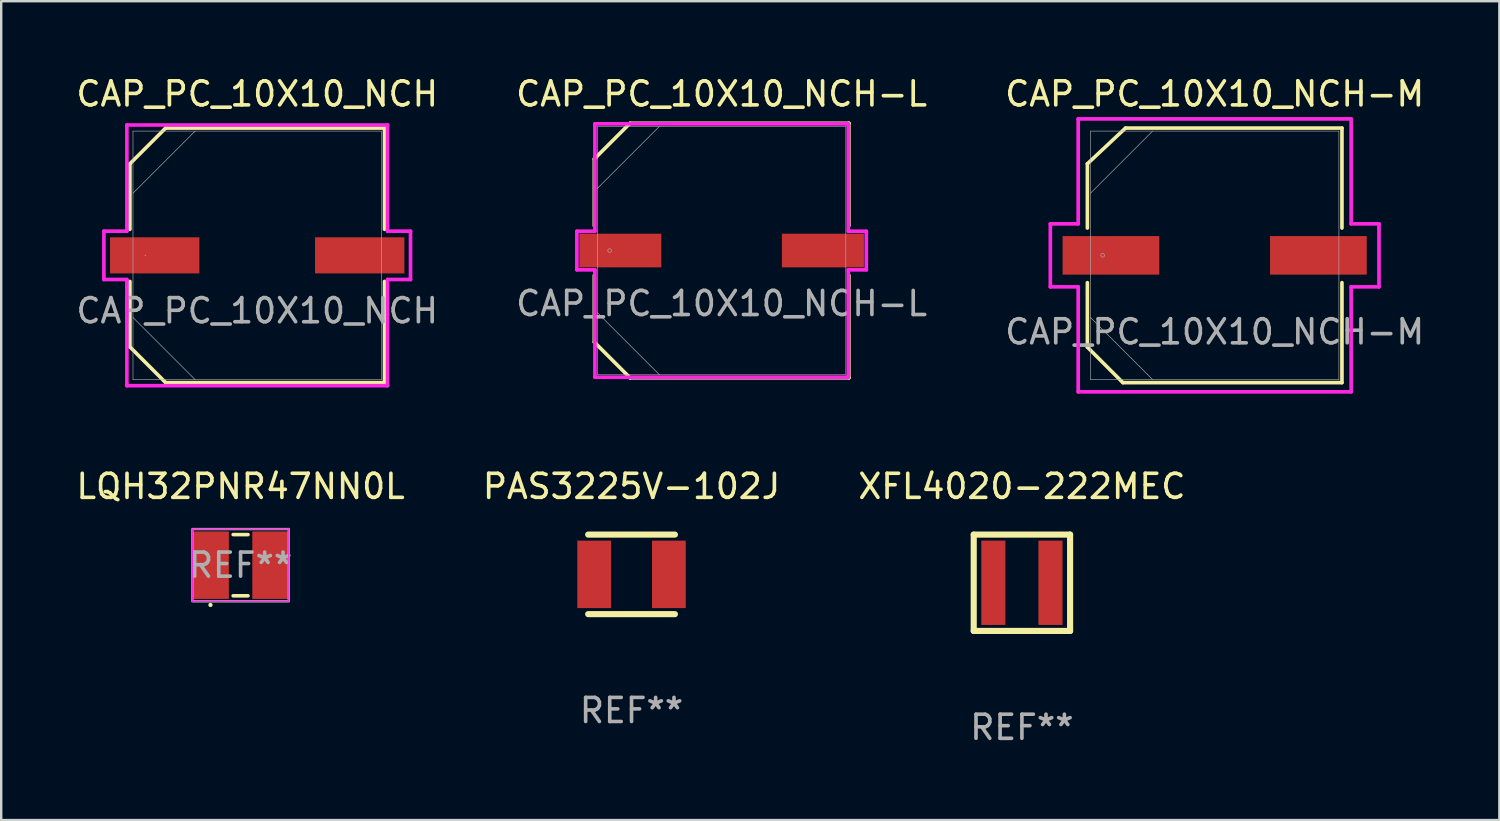
<source format=kicad_pcb>
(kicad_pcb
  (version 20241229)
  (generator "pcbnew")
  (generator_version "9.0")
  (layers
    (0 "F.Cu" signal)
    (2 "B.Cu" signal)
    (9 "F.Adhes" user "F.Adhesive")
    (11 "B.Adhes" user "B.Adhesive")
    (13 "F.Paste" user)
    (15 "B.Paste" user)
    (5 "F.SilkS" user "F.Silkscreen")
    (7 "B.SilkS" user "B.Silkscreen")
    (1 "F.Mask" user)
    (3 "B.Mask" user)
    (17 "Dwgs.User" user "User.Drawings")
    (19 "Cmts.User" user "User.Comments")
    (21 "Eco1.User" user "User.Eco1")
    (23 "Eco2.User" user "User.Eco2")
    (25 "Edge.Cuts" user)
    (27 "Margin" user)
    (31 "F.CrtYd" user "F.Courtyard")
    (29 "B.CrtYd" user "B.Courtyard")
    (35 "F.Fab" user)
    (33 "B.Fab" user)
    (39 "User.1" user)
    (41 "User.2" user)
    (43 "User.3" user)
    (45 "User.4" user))
  (footprint "CAP_PC_10X10_NCH"
    (layer "F.Cu")
    (at 7.625 7.548)
    (property "Reference" "CAP_PC_10X10_NCH" (at 0 -6.7 0) (unlocked yes) (layer "F.SilkS") (effects (font (size 1 1) (thickness 0.15))))
    (attr smd)
    (fp_line (start -5.283 -3.8) (end -5.283 -1.082) (stroke (width 0.15) (type solid)) (layer "F.SilkS"))
    (fp_line (start -5.283 1.082) (end -5.283 3.8) (stroke (width 0.15) (type solid)) (layer "F.SilkS"))
    (fp_line (start -5.283 3.8) (end -3.8 5.283) (stroke (width 0.15) (type default)) (layer "F.SilkS"))
    (fp_line (start -3.8 -5.283) (end -5.283 -3.8) (stroke (width 0.15) (type default)) (layer "F.SilkS"))
    (fp_line (start -3.8 5.283) (end 5.283 5.283) (stroke (width 0.15) (type solid)) (layer "F.SilkS"))
    (fp_line (start 5.283 -5.283) (end -3.8 -5.283) (stroke (width 0.15) (type solid)) (layer "F.SilkS"))
    (fp_line (start 5.283 -1.082) (end 5.283 -5.283) (stroke (width 0.15) (type solid)) (layer "F.SilkS"))
    (fp_line (start 5.283 5.283) (end 5.283 1.082) (stroke (width 0.15) (type solid)) (layer "F.SilkS"))
    (fp_line (start -6.363 -1.003) (end -5.41 -1.003) (stroke (width 0.152) (type solid)) (layer "F.CrtYd"))
    (fp_line (start -6.363 1.003) (end -6.363 -1.003) (stroke (width 0.152) (type solid)) (layer "F.CrtYd"))
    (fp_line (start -5.41 -5.41) (end 5.41 -5.41) (stroke (width 0.152) (type solid)) (layer "F.CrtYd"))
    (fp_line (start -5.41 -1.003) (end -5.41 -5.41) (stroke (width 0.152) (type solid)) (layer "F.CrtYd"))
    (fp_line (start -5.41 1.003) (end -6.363 1.003) (stroke (width 0.152) (type solid)) (layer "F.CrtYd"))
    (fp_line (start -5.41 5.41) (end -5.41 1.003) (stroke (width 0.152) (type solid)) (layer "F.CrtYd"))
    (fp_line (start 5.41 -5.41) (end 5.41 -1.003) (stroke (width 0.152) (type solid)) (layer "F.CrtYd"))
    (fp_line (start 5.41 -1.003) (end 6.363 -1.003) (stroke (width 0.152) (type solid)) (layer "F.CrtYd"))
    (fp_line (start 5.41 1.003) (end 5.41 5.41) (stroke (width 0.152) (type solid)) (layer "F.CrtYd"))
    (fp_line (start 5.41 5.41) (end -5.41 5.41) (stroke (width 0.152) (type solid)) (layer "F.CrtYd"))
    (fp_line (start 6.363 -1.003) (end 6.363 1.003) (stroke (width 0.152) (type solid)) (layer "F.CrtYd"))
    (fp_line (start 6.363 1.003) (end 5.41 1.003) (stroke (width 0.152) (type solid)) (layer "F.CrtYd"))
    (fp_line (start -5.156 -5.156) (end -5.156 5.156) (stroke (width 0.025) (type solid)) (layer "F.Fab"))
    (fp_line (start -5.156 -2.578) (end -2.578 -5.156) (stroke (width 0.025) (type solid)) (layer "F.Fab"))
    (fp_line (start -5.156 2.578) (end -2.578 5.156) (stroke (width 0.025) (type solid)) (layer "F.Fab"))
    (fp_line (start -5.156 5.156) (end 5.156 5.156) (stroke (width 0.025) (type solid)) (layer "F.Fab"))
    (fp_line (start 5.156 -5.156) (end -5.156 -5.156) (stroke (width 0.025) (type solid)) (layer "F.Fab"))
    (fp_line (start 5.156 5.156) (end 5.156 -5.156) (stroke (width 0.025) (type solid)) (layer "F.Fab"))
    (fp_circle (center -4.648 0) (end -4.648 0) (stroke (width 0.025) (type solid)) (fill no) (layer "F.Fab"))
    (fp_text user "${REFERENCE}" (at 0 2.3 0) (unlocked yes) (layer "F.Fab") (effects (font (size 1 1) (thickness 0.15))))
    (pad "1" smd rect (at -4.255 0) (size 3.708 1.499) (layers "F.Cu" "F.Mask" "F.Paste"))
    (pad "2" smd rect (at 4.255 0) (size 3.708 1.499) (layers "F.Cu" "F.Mask" "F.Paste")))
  (footprint "PAS3225V-102J"
    (layer "F.Cu")
    (at 23.161 20.788)
    (property "Reference" "PAS3225V-102J" (at 0.000089 -3.651 0) (layer "F.SilkS") (effects (font (size 1 1) (thickness 0.15))))
    (attr smd)
    (fp_line (start -1.8 -1.651) (end 1.8 -1.651) (stroke (width 0.254) (type solid)) (layer "F.SilkS"))
    (fp_line (start -1.8 1.651) (end 1.8 1.651) (stroke (width 0.254) (type solid)) (layer "F.SilkS"))
    (fp_text user "REF**" (at 0.000089 5.651 0) (layer "F.Fab") (effects (font (size 1 1) (thickness 0.15))))
    (pad "1" smd rect (at -1.55 0) (size 1.4 2.8) (layers "F.Cu" "F.Mask" "F.Paste"))
    (pad "2" smd rect (at 1.55 0) (size 1.4 2.8) (layers "F.Cu" "F.Mask" "F.Paste")))
  (footprint "LQH32PNR47NN0L"
    (layer "F.Cu")
    (at 6.935 20.407)
    (property "Reference" "LQH32PNR47NN0L" (at 0 -3.27 0) (layer "F.SilkS") (effects (font (size 1 1) (thickness 0.15))))
    (attr smd)
    (fp_line (start -0.307 -1.27) (end 0.307 -1.27) (stroke (width 0.15) (type solid)) (layer "F.SilkS"))
    (fp_line (start -0.307 1.27) (end 0.307 1.27) (stroke (width 0.15) (type solid)) (layer "F.SilkS"))
    (fp_circle (center -1.25 1.65) (end -1.22 1.6) (stroke (width 0.06) (type solid)) (fill yes) (layer "F.SilkS"))
    (fp_rect (start -2 -1.5) (end 2 1.5) (stroke (width 0.05) (type default)) (fill no) (layer "F.CrtYd"))
    (fp_rect (start -2 -1.5) (end 2 1.5) (stroke (width 0.1) (type default)) (fill no) (layer "F.Fab"))
    (fp_text user "REF**" (at 0 0 0) (layer "F.Fab") (effects (font (size 1 1) (thickness 0.15))))
    (pad "1" smd rect (at -1.236 0) (size 1.5 2.8) (layers "F.Cu" "F.Mask" "F.Paste"))
    (pad "2" smd rect (at 1.236 0) (size 1.5 2.8) (layers "F.Cu" "F.Mask" "F.Paste")))
  (footprint "XFL4020-222MEC"
    (layer "F.Cu")
    (at 39.363 21.137)
    (property "Reference" "XFL4020-222MEC" (at -0.000013 -4 0) (layer "F.SilkS") (effects (font (size 1 1) (thickness 0.15))))
    (attr smd)
    (fp_line (start -2 -2) (end -2 2) (stroke (width 0.254) (type solid)) (layer "F.SilkS"))
    (fp_line (start -2 -2) (end 2 -2) (stroke (width 0.254) (type solid)) (layer "F.SilkS"))
    (fp_line (start -2 2) (end 2 2) (stroke (width 0.254) (type solid)) (layer "F.SilkS"))
    (fp_line (start 2 -2) (end 2 2) (stroke (width 0.254) (type solid)) (layer "F.SilkS"))
    (fp_circle (center -2 2) (end -1.97 2) (stroke (width 0.06) (type solid)) (fill no) (layer "F.SilkS"))
    (fp_text user "REF**" (at -0.000013 6 0) (layer "F.Fab") (effects (font (size 1 1) (thickness 0.15))))
    (pad "1" smd rect (at -1.185 0 90) (size 3.5 1) (layers "F.Cu" "F.Mask" "F.Paste"))
    (pad "2" smd rect (at 1.185 0 90) (size 3.5 1) (layers "F.Cu" "F.Mask" "F.Paste")))
  (footprint "CAP_PC_10X10_NCH-L"
    (layer "F.Cu")
    (at 26.899 7.348)
    (property "Reference" "CAP_PC_10X10_NCH-L" (at 0 -6.5 0) (unlocked yes) (layer "F.SilkS") (effects (font (size 1 1) (thickness 0.15))))
    (attr smd)
    (fp_line (start -5.283 -3.8) (end -5.283 -1.031) (stroke (width 0.15) (type solid)) (layer "F.SilkS"))
    (fp_line (start -5.283 1.031) (end -5.283 3.8) (stroke (width 0.15) (type solid)) (layer "F.SilkS"))
    (fp_line (start -5.283 3.8) (end -3.8 5.283) (stroke (width 0.15) (type default)) (layer "F.SilkS"))
    (fp_line (start -3.8 -5.283) (end -5.283 -3.8) (stroke (width 0.15) (type default)) (layer "F.SilkS"))
    (fp_line (start -3.8 5.283) (end 5.283 5.283) (stroke (width 0.15) (type solid)) (layer "F.SilkS"))
    (fp_line (start 5.283 -5.283) (end -3.8 -5.283) (stroke (width 0.15) (type solid)) (layer "F.SilkS"))
    (fp_line (start 5.283 -1.031) (end 5.283 -5.283) (stroke (width 0.15) (type solid)) (layer "F.SilkS"))
    (fp_line (start 5.283 5.283) (end 5.283 1.031) (stroke (width 0.15) (type solid)) (layer "F.SilkS"))
    (fp_line (start -6.007 -0.8) (end -5.258 -0.8) (stroke (width 0.152) (type solid)) (layer "F.CrtYd"))
    (fp_line (start -6.007 0.8) (end -6.007 -0.8) (stroke (width 0.152) (type solid)) (layer "F.CrtYd"))
    (fp_line (start -5.258 -5.258) (end 5.258 -5.258) (stroke (width 0.152) (type solid)) (layer "F.CrtYd"))
    (fp_line (start -5.258 -0.8) (end -5.258 -5.258) (stroke (width 0.152) (type solid)) (layer "F.CrtYd"))
    (fp_line (start -5.258 0.8) (end -6.007 0.8) (stroke (width 0.152) (type solid)) (layer "F.CrtYd"))
    (fp_line (start -5.258 5.258) (end -5.258 0.8) (stroke (width 0.152) (type solid)) (layer "F.CrtYd"))
    (fp_line (start 5.258 -5.258) (end 5.258 -0.8) (stroke (width 0.152) (type solid)) (layer "F.CrtYd"))
    (fp_line (start 5.258 -0.8) (end 6.007 -0.8) (stroke (width 0.152) (type solid)) (layer "F.CrtYd"))
    (fp_line (start 5.258 0.8) (end 5.258 5.258) (stroke (width 0.152) (type solid)) (layer "F.CrtYd"))
    (fp_line (start 5.258 5.258) (end -5.258 5.258) (stroke (width 0.152) (type solid)) (layer "F.CrtYd"))
    (fp_line (start 6.007 -0.8) (end 6.007 0.8) (stroke (width 0.152) (type solid)) (layer "F.CrtYd"))
    (fp_line (start 6.007 0.8) (end 5.258 0.8) (stroke (width 0.152) (type solid)) (layer "F.CrtYd"))
    (fp_line (start -5.156 -5.156) (end -5.156 5.156) (stroke (width 0.025) (type solid)) (layer "F.Fab"))
    (fp_line (start -5.156 -2.578) (end -2.578 -5.156) (stroke (width 0.025) (type solid)) (layer "F.Fab"))
    (fp_line (start -5.156 2.578) (end -2.578 5.156) (stroke (width 0.025) (type solid)) (layer "F.Fab"))
    (fp_line (start -5.156 5.156) (end 5.156 5.156) (stroke (width 0.025) (type solid)) (layer "F.Fab"))
    (fp_line (start 5.156 -5.156) (end -5.156 -5.156) (stroke (width 0.025) (type solid)) (layer "F.Fab"))
    (fp_line (start 5.156 5.156) (end 5.156 -5.156) (stroke (width 0.025) (type solid)) (layer "F.Fab"))
    (fp_circle (center -4.648 0) (end -4.572 0) (stroke (width 0.025) (type solid)) (fill no) (layer "F.Fab"))
    (fp_text user "${REFERENCE}" (at 0 2.2 0) (unlocked yes) (layer "F.Fab") (effects (font (size 1 1) (thickness 0.15))))
    (pad "1" smd rect (at -4.204 0) (size 3.404 1.397) (layers "F.Cu" "F.Mask" "F.Paste"))
    (pad "2" smd rect (at 4.204 0) (size 3.404 1.397) (layers "F.Cu" "F.Mask" "F.Paste")))
  (footprint "CAP_PC_10X10_NCH-M"
    (layer "F.Cu")
    (at 47.363 7.548)
    (property "Reference" "CAP_PC_10X10_NCH-M" (at 0 -6.7 0) (unlocked yes) (layer "F.SilkS") (effects (font (size 1 1) (thickness 0.15))))
    (attr smd)
    (fp_line (start -5.283 -3.8) (end -5.283 -1.133) (stroke (width 0.15) (type solid)) (layer "F.SilkS"))
    (fp_line (start -5.283 -3.8) (end -3.7 -5.283) (stroke (width 0.15) (type solid)) (layer "F.SilkS"))
    (fp_line (start -5.283 1.133) (end -5.283 3.81) (stroke (width 0.15) (type solid)) (layer "F.SilkS"))
    (fp_line (start -5.283 3.81) (end -3.81 5.283) (stroke (width 0.15) (type solid)) (layer "F.SilkS"))
    (fp_line (start -3.81 5.283) (end 5.283 5.283) (stroke (width 0.15) (type solid)) (layer "F.SilkS"))
    (fp_line (start 5.283 -5.283) (end -3.7 -5.283) (stroke (width 0.15) (type solid)) (layer "F.SilkS"))
    (fp_line (start 5.283 -1.133) (end 5.283 -5.283) (stroke (width 0.15) (type solid)) (layer "F.SilkS"))
    (fp_line (start 5.283 5.283) (end 5.283 1.133) (stroke (width 0.15) (type solid)) (layer "F.SilkS"))
    (fp_line (start -6.82 -1.308) (end -5.664 -1.308) (stroke (width 0.152) (type solid)) (layer "F.CrtYd"))
    (fp_line (start -6.82 1.308) (end -6.82 -1.308) (stroke (width 0.152) (type solid)) (layer "F.CrtYd"))
    (fp_line (start -5.664 -5.664) (end 5.664 -5.664) (stroke (width 0.152) (type solid)) (layer "F.CrtYd"))
    (fp_line (start -5.664 -1.308) (end -5.664 -5.664) (stroke (width 0.152) (type solid)) (layer "F.CrtYd"))
    (fp_line (start -5.664 1.308) (end -6.82 1.308) (stroke (width 0.152) (type solid)) (layer "F.CrtYd"))
    (fp_line (start -5.664 5.664) (end -5.664 1.308) (stroke (width 0.152) (type solid)) (layer "F.CrtYd"))
    (fp_line (start 5.664 -5.664) (end 5.664 -1.308) (stroke (width 0.152) (type solid)) (layer "F.CrtYd"))
    (fp_line (start 5.664 -1.308) (end 6.82 -1.308) (stroke (width 0.152) (type solid)) (layer "F.CrtYd"))
    (fp_line (start 5.664 1.308) (end 5.664 5.664) (stroke (width 0.152) (type solid)) (layer "F.CrtYd"))
    (fp_line (start 5.664 5.664) (end -5.664 5.664) (stroke (width 0.152) (type solid)) (layer "F.CrtYd"))
    (fp_line (start 6.82 -1.308) (end 6.82 1.308) (stroke (width 0.152) (type solid)) (layer "F.CrtYd"))
    (fp_line (start 6.82 1.308) (end 5.664 1.308) (stroke (width 0.152) (type solid)) (layer "F.CrtYd"))
    (fp_line (start -5.156 -5.156) (end -5.156 5.156) (stroke (width 0.025) (type solid)) (layer "F.Fab"))
    (fp_line (start -5.156 -2.578) (end -2.578 -5.156) (stroke (width 0.025) (type solid)) (layer "F.Fab"))
    (fp_line (start -5.156 2.578) (end -2.578 5.156) (stroke (width 0.025) (type solid)) (layer "F.Fab"))
    (fp_line (start -5.156 5.156) (end 5.156 5.156) (stroke (width 0.025) (type solid)) (layer "F.Fab"))
    (fp_line (start 5.156 -5.156) (end -5.156 -5.156) (stroke (width 0.025) (type solid)) (layer "F.Fab"))
    (fp_line (start 5.156 5.156) (end 5.156 -5.156) (stroke (width 0.025) (type solid)) (layer "F.Fab"))
    (fp_circle (center -4.648 0) (end -4.572 0) (stroke (width 0.025) (type solid)) (fill no) (layer "F.Fab"))
    (fp_text user "${REFERENCE}" (at 0 3.175 0) (unlocked yes) (layer "F.Fab") (effects (font (size 1 1) (thickness 0.15))))
    (pad "1" smd rect (at -4.305 0) (size 4.013 1.6) (layers "F.Cu" "F.Mask" "F.Paste"))
    (pad "2" smd rect (at 4.305 0) (size 4.013 1.6) (layers "F.Cu" "F.Mask" "F.Paste")))
  (gr_rect
    (start -3 -3)
    (end 59.179 30.985)
    (stroke (width 0.1) (type default))
    (fill no)
    (layer "Edge.Cuts")))
</source>
